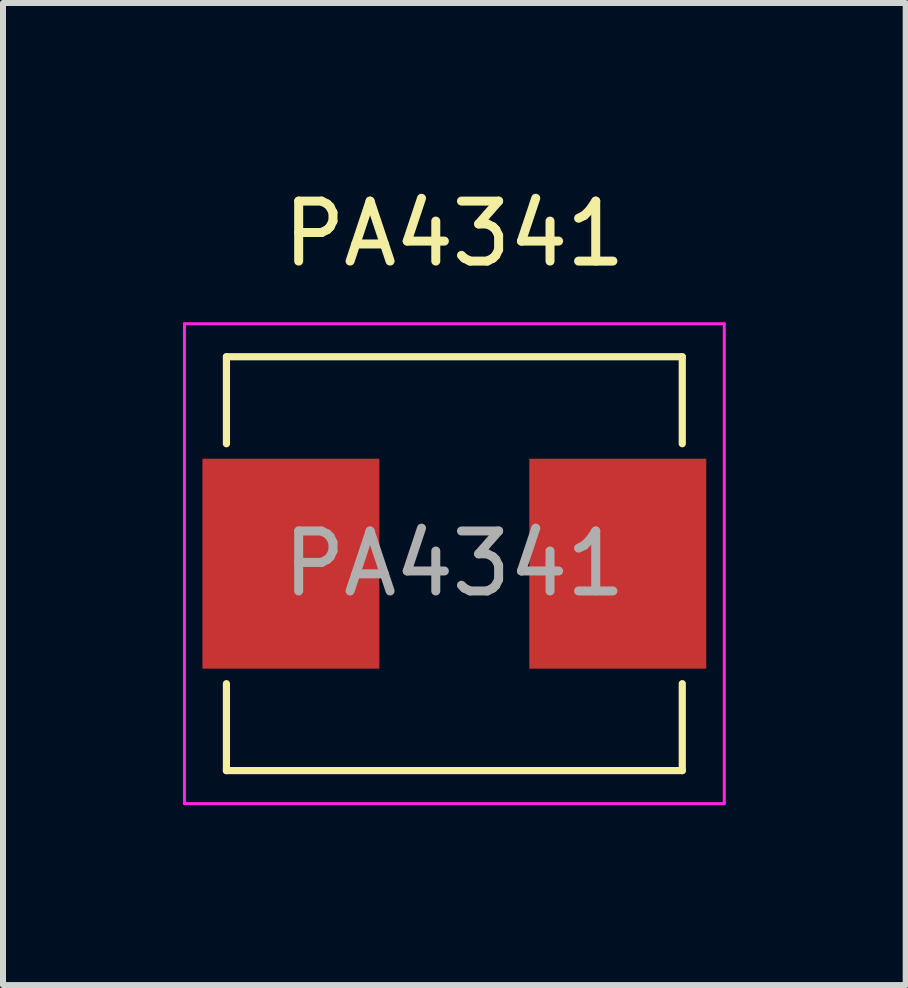
<source format=kicad_pcb>
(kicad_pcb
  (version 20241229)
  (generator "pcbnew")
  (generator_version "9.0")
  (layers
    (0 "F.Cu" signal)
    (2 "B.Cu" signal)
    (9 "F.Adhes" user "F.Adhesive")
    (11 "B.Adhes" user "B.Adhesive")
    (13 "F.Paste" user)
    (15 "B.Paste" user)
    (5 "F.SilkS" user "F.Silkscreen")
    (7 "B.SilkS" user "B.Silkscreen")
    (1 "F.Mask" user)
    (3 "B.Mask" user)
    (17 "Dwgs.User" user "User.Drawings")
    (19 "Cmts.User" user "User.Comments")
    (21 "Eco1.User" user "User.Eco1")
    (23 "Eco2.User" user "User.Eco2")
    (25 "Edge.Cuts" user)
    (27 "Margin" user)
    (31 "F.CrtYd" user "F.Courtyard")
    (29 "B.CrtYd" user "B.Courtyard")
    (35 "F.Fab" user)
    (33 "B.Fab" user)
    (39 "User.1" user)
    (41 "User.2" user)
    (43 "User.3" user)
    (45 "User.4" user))
  (footprint "PA4341"
    (layer "F.Cu")
    (at 4.525 6.348)
    (property "Reference" "PA4341" (at 0 -5.5 0) (layer "F.SilkS") (effects (font (size 1 1) (thickness 0.15))))
    (attr smd)
    (fp_line (start -3.8 -3.45) (end -3.8 -2) (stroke (width 0.12) (type solid)) (layer "F.SilkS"))
    (fp_line (start -3.8 3.45) (end -3.8 2) (stroke (width 0.12) (type solid)) (layer "F.SilkS"))
    (fp_line (start -3.8 3.45) (end 3.8 3.45) (stroke (width 0.12) (type solid)) (layer "F.SilkS"))
    (fp_line (start 3.8 -3.45) (end -3.8 -3.45) (stroke (width 0.12) (type solid)) (layer "F.SilkS"))
    (fp_line (start 3.8 -3.45) (end 3.8 -2) (stroke (width 0.12) (type solid)) (layer "F.SilkS"))
    (fp_line (start 3.8 3.45) (end 3.8 2) (stroke (width 0.12) (type solid)) (layer "F.SilkS"))
    (fp_line (start -4.5 4) (end -4.5 -4) (stroke (width 0.05) (type solid)) (layer "F.CrtYd"))
    (fp_line (start -4.5 4) (end 4.5 4) (stroke (width 0.05) (type solid)) (layer "F.CrtYd"))
    (fp_line (start 4.5 -4) (end -4.5 -4) (stroke (width 0.05) (type solid)) (layer "F.CrtYd"))
    (fp_line (start 4.5 -4) (end 4.5 4) (stroke (width 0.05) (type solid)) (layer "F.CrtYd"))
    (fp_text user "${REFERENCE}" (at 0 0 0) (layer "F.Fab") (effects (font (size 1 1) (thickness 0.15))))
    (pad "1" smd rect (at -2.725 0) (size 2.95 3.5) (layers "F.Cu" "F.Mask" "F.Paste"))
    (pad "2" smd rect (at 2.725 0) (size 2.95 3.5) (layers "F.Cu" "F.Mask" "F.Paste")))
  (gr_rect
    (start -3 -3)
    (end 12.05 13.373)
    (stroke (width 0.1) (type default))
    (fill no)
    (layer "Edge.Cuts")))
</source>
